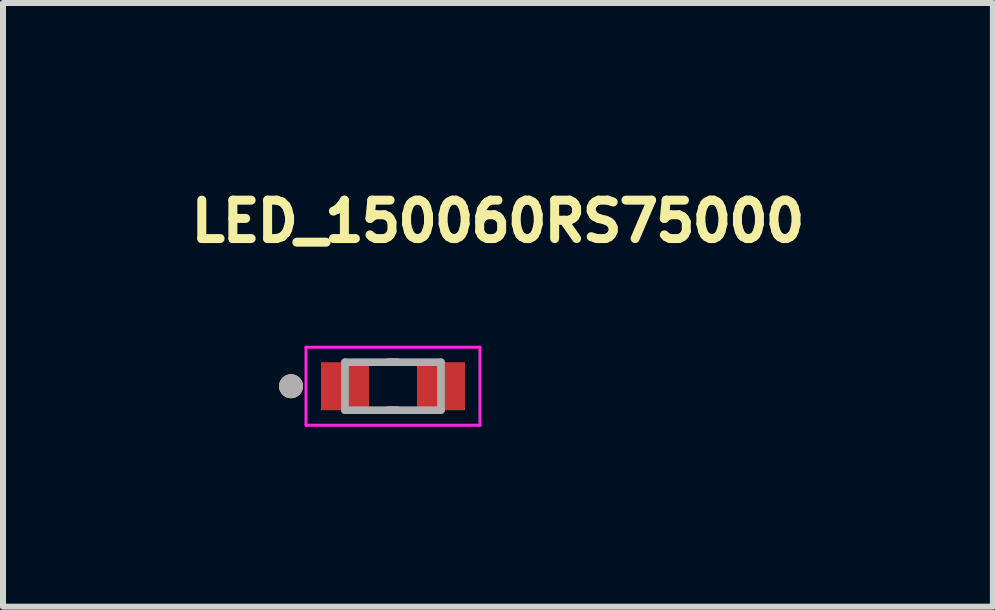
<source format=kicad_pcb>
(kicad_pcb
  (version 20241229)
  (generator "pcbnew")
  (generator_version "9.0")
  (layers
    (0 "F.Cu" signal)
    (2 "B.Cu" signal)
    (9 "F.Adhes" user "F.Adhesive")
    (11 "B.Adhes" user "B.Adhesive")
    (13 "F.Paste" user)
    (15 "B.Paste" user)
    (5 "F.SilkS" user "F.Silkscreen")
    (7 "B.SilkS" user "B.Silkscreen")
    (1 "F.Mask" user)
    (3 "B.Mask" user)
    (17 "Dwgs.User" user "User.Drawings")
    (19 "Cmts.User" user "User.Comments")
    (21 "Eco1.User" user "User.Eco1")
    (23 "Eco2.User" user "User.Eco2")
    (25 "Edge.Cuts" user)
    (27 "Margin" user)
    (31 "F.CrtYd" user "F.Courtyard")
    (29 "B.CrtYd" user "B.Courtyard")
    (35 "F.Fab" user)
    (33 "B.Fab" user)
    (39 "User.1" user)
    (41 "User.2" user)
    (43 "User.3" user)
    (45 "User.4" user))
  (footprint "LED_150060RS75000"
    (layer "F.Cu")
    (at 3.501 3.388)
    (property "Reference" "LED_150060RS75000" (at 1.75 -2.75 0) (layer "F.SilkS") (effects (font (size 0.64 0.64) (thickness 0.15))))
    (attr smd)
    (fp_line (start -0.08 -0.4) (end 0.08 -0.4) (stroke (width 0.127) (type solid)) (layer "F.SilkS"))
    (fp_line (start -0.08 0.4) (end 0.08 0.4) (stroke (width 0.127) (type solid)) (layer "F.SilkS"))
    (fp_circle (center -1.7 0) (end -1.6 0) (stroke (width 0.2) (type solid)) (fill no) (layer "F.SilkS"))
    (fp_line (start -1.45 -0.65) (end -1.45 0.65) (stroke (width 0.05) (type solid)) (layer "F.CrtYd"))
    (fp_line (start -1.45 0.65) (end 1.45 0.65) (stroke (width 0.05) (type solid)) (layer "F.CrtYd"))
    (fp_line (start 1.45 -0.65) (end -1.45 -0.65) (stroke (width 0.05) (type solid)) (layer "F.CrtYd"))
    (fp_line (start 1.45 0.65) (end 1.45 -0.65) (stroke (width 0.05) (type solid)) (layer "F.CrtYd"))
    (fp_line (start -0.8 -0.4) (end -0.8 0.4) (stroke (width 0.127) (type solid)) (layer "F.Fab"))
    (fp_line (start -0.8 -0.4) (end 0.8 -0.4) (stroke (width 0.127) (type solid)) (layer "F.Fab"))
    (fp_line (start -0.8 0.4) (end 0.8 0.4) (stroke (width 0.127) (type solid)) (layer "F.Fab"))
    (fp_line (start 0.8 -0.4) (end 0.8 0.4) (stroke (width 0.127) (type solid)) (layer "F.Fab"))
    (fp_circle (center -1.7 0) (end -1.6 0) (stroke (width 0.2) (type solid)) (fill no) (layer "F.Fab"))
    (pad "1" smd rect (at -0.8 0) (size 0.8 0.8) (layers "F.Cu" "F.Mask" "F.Paste"))
    (pad "2" smd rect (at 0.8 0) (size 0.8 0.8) (layers "F.Cu" "F.Mask" "F.Paste")))
  (gr_rect
    (start -3 -3)
    (end 13.501 7.063)
    (stroke (width 0.1) (type default))
    (fill no)
    (layer "Edge.Cuts")))
</source>
